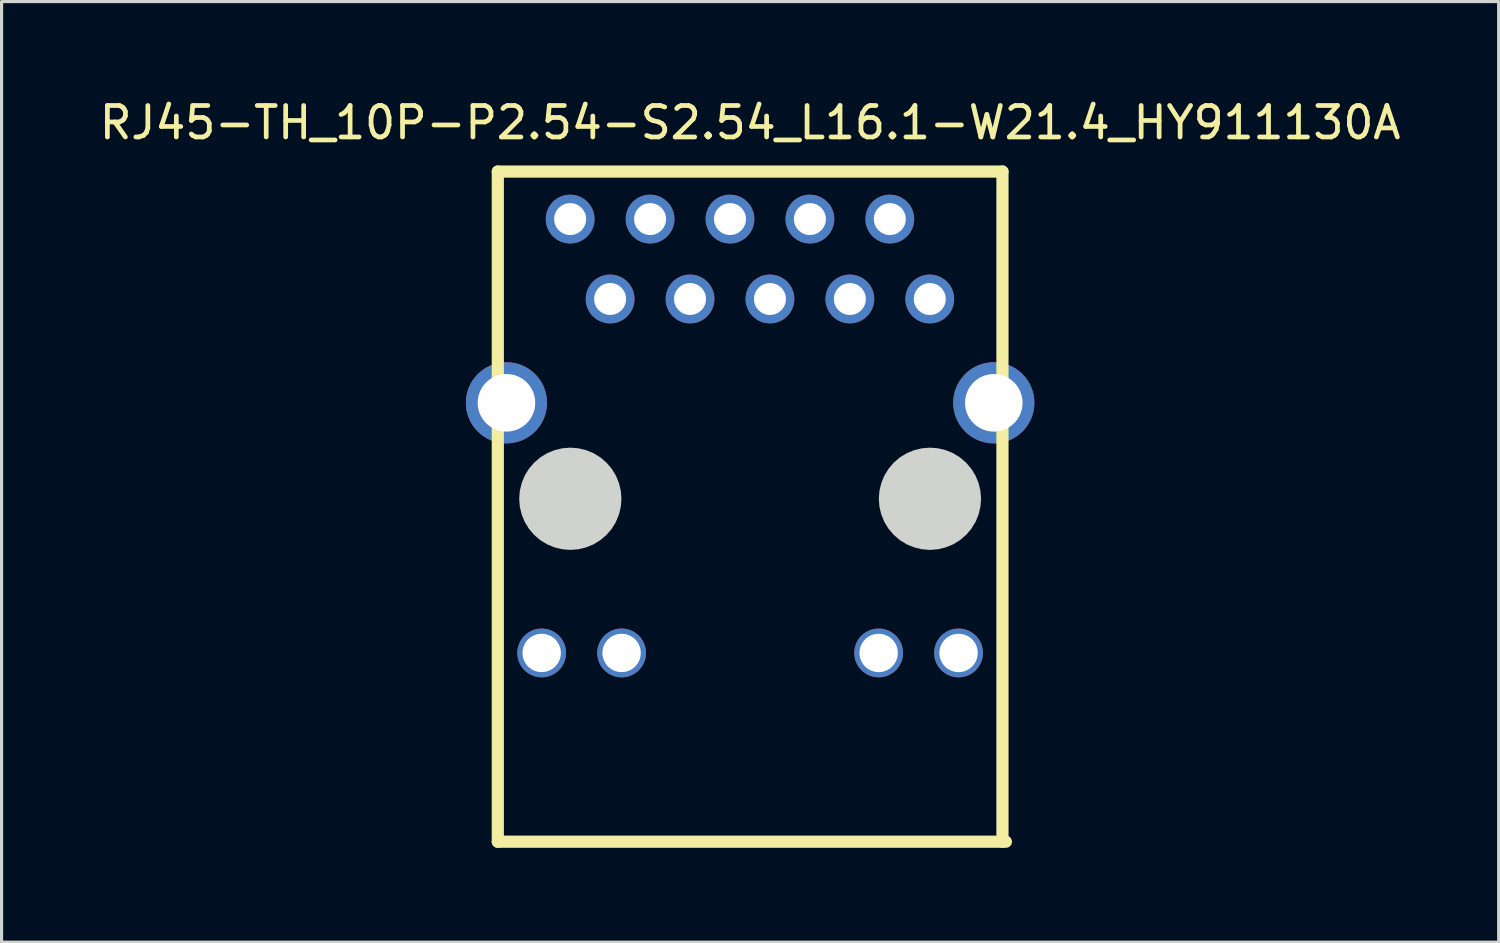
<source format=kicad_pcb>
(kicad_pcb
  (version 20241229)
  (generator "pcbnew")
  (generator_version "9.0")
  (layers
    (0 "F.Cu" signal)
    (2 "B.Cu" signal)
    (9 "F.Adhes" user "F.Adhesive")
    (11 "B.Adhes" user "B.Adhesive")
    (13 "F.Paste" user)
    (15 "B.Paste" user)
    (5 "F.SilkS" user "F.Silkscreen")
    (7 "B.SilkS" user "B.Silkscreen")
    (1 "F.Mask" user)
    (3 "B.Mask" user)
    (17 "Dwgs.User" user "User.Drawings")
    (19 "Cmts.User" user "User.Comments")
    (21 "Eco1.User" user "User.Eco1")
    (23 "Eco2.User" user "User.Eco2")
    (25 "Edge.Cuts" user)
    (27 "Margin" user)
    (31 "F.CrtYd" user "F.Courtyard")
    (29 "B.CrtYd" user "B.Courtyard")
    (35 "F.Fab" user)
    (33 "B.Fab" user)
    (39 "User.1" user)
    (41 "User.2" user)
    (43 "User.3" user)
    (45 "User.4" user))
  (footprint "RJ45-TH_10P-P2.54-S2.54_L16.1-W21.4_HY911130A"
    (layer "F.Cu")
    (at 20.792 10.808)
    (property "Reference" "RJ45-TH_10P-P2.54-S2.54_L16.1-W21.4_HY911130A" (at 0 -9.96 0) (layer "F.SilkS") (effects (font (size 1 1) (thickness 0.15))))
    (fp_line (start -8.02 -8.405) (end -8.02 12.895) (stroke (width 0.387) (type default)) (layer "F.SilkS"))
    (fp_line (start -8.02 12.895) (end 8.129 12.895) (stroke (width 0.387) (type default)) (layer "F.SilkS"))
    (fp_line (start 8.02 -8.405) (end -8.02 -8.405) (stroke (width 0.387) (type default)) (layer "F.SilkS"))
    (fp_line (start 8.02 12.895) (end 8.02 -8.405) (stroke (width 0.387) (type default)) (layer "F.SilkS"))
    (fp_poly (pts (xy -4.09 1.995) (xy -4.11 1.741) (xy -4.17 1.493) (xy -4.267 1.257) (xy -4.4 1.04) (xy -4.566 0.846) (xy -4.76 0.68) (xy -4.977 0.547) (xy -5.213 0.45) (xy -5.461 0.39) (xy -5.715 0.37) (xy -5.969 0.39) (xy -6.217 0.45) (xy -6.453 0.547) (xy -6.67 0.68) (xy -6.864 0.846) (xy -7.03 1.04) (xy -7.163 1.257) (xy -7.26 1.493) (xy -7.32 1.741) (xy -7.34 1.995) (xy -7.32 2.249) (xy -7.26 2.497) (xy -7.163 2.733) (xy -7.03 2.95) (xy -6.864 3.144) (xy -6.67 3.31) (xy -6.453 3.443) (xy -6.217 3.54) (xy -5.969 3.6) (xy -5.715 3.62) (xy -5.461 3.6) (xy -5.213 3.54) (xy -4.977 3.443) (xy -4.76 3.31) (xy -4.566 3.144) (xy -4.4 2.95) (xy -4.267 2.733) (xy -4.17 2.497) (xy -4.11 2.249)) (stroke (width 0) (type default)) (fill yes) (layer "Edge.Cuts"))
    (fp_poly (pts (xy 7.34 1.995) (xy 7.32 1.741) (xy 7.26 1.493) (xy 7.163 1.257) (xy 7.03 1.04) (xy 6.864 0.846) (xy 6.67 0.68) (xy 6.453 0.547) (xy 6.217 0.45) (xy 5.969 0.39) (xy 5.715 0.37) (xy 5.461 0.39) (xy 5.213 0.45) (xy 4.977 0.547) (xy 4.76 0.68) (xy 4.566 0.846) (xy 4.4 1.04) (xy 4.267 1.257) (xy 4.17 1.493) (xy 4.11 1.741) (xy 4.09 1.995) (xy 4.11 2.249) (xy 4.17 2.497) (xy 4.267 2.733) (xy 4.4 2.95) (xy 4.566 3.144) (xy 4.76 3.31) (xy 4.977 3.443) (xy 5.213 3.54) (xy 5.461 3.6) (xy 5.715 3.62) (xy 5.969 3.6) (xy 6.217 3.54) (xy 6.453 3.443) (xy 6.67 3.31) (xy 6.864 3.144) (xy 7.03 2.95) (xy 7.163 2.733) (xy 7.26 2.497) (xy 7.32 2.249)) (stroke (width 0) (type default)) (fill yes) (layer "Edge.Cuts"))
    (fp_poly (pts (xy -5.312 -6.895) (xy -5.332 -7.021) (xy -5.39 -7.135) (xy -5.48 -7.225) (xy -5.594 -7.283) (xy -5.72 -7.303) (xy -5.846 -7.283) (xy -5.96 -7.225) (xy -6.05 -7.135) (xy -6.108 -7.021) (xy -6.128 -6.895) (xy -6.108 -6.769) (xy -6.05 -6.655) (xy -5.96 -6.565) (xy -5.846 -6.507) (xy -5.72 -6.487) (xy -5.594 -6.507) (xy -5.48 -6.565) (xy -5.39 -6.655) (xy -5.332 -6.769)) (stroke (width 0.1) (type default)) (fill no) (layer "User.1"))
    (fp_poly (pts (xy -4.042 -4.355) (xy -4.062 -4.481) (xy -4.12 -4.595) (xy -4.21 -4.685) (xy -4.324 -4.743) (xy -4.45 -4.763) (xy -4.576 -4.743) (xy -4.69 -4.685) (xy -4.78 -4.595) (xy -4.838 -4.481) (xy -4.858 -4.355) (xy -4.838 -4.229) (xy -4.78 -4.115) (xy -4.69 -4.025) (xy -4.576 -3.967) (xy -4.45 -3.947) (xy -4.324 -3.967) (xy -4.21 -4.025) (xy -4.12 -4.115) (xy -4.062 -4.229)) (stroke (width 0.1) (type default)) (fill no) (layer "User.1"))
    (fp_poly (pts (xy -2.772 -6.895) (xy -2.792 -7.021) (xy -2.85 -7.135) (xy -2.94 -7.225) (xy -3.054 -7.283) (xy -3.18 -7.303) (xy -3.306 -7.283) (xy -3.42 -7.225) (xy -3.51 -7.135) (xy -3.568 -7.021) (xy -3.588 -6.895) (xy -3.568 -6.769) (xy -3.51 -6.655) (xy -3.42 -6.565) (xy -3.306 -6.507) (xy -3.18 -6.487) (xy -3.054 -6.507) (xy -2.94 -6.565) (xy -2.85 -6.655) (xy -2.792 -6.769)) (stroke (width 0.1) (type default)) (fill no) (layer "User.1"))
    (fp_poly (pts (xy -1.502 -4.355) (xy -1.522 -4.481) (xy -1.58 -4.595) (xy -1.67 -4.685) (xy -1.784 -4.743) (xy -1.91 -4.763) (xy -2.036 -4.743) (xy -2.15 -4.685) (xy -2.24 -4.595) (xy -2.298 -4.481) (xy -2.318 -4.355) (xy -2.298 -4.229) (xy -2.24 -4.115) (xy -2.15 -4.025) (xy -2.036 -3.967) (xy -1.91 -3.947) (xy -1.784 -3.967) (xy -1.67 -4.025) (xy -1.58 -4.115) (xy -1.522 -4.229)) (stroke (width 0.1) (type default)) (fill no) (layer "User.1"))
    (fp_poly (pts (xy -0.232 -6.895) (xy -0.252 -7.021) (xy -0.31 -7.135) (xy -0.4 -7.225) (xy -0.514 -7.283) (xy -0.64 -7.303) (xy -0.766 -7.283) (xy -0.88 -7.225) (xy -0.97 -7.135) (xy -1.028 -7.021) (xy -1.048 -6.895) (xy -1.028 -6.769) (xy -0.97 -6.655) (xy -0.88 -6.565) (xy -0.766 -6.507) (xy -0.64 -6.487) (xy -0.514 -6.507) (xy -0.4 -6.565) (xy -0.31 -6.655) (xy -0.252 -6.769)) (stroke (width 0.1) (type default)) (fill no) (layer "User.1"))
    (fp_poly (pts (xy 1.038 -4.355) (xy 1.018 -4.481) (xy 0.96 -4.595) (xy 0.87 -4.685) (xy 0.756 -4.743) (xy 0.63 -4.763) (xy 0.504 -4.743) (xy 0.39 -4.685) (xy 0.3 -4.595) (xy 0.242 -4.481) (xy 0.222 -4.355) (xy 0.242 -4.229) (xy 0.3 -4.115) (xy 0.39 -4.025) (xy 0.504 -3.967) (xy 0.63 -3.947) (xy 0.756 -3.967) (xy 0.87 -4.025) (xy 0.96 -4.115) (xy 1.018 -4.229)) (stroke (width 0.1) (type default)) (fill no) (layer "User.1"))
    (fp_poly (pts (xy 2.308 -6.895) (xy 2.288 -7.021) (xy 2.23 -7.135) (xy 2.14 -7.225) (xy 2.026 -7.283) (xy 1.9 -7.303) (xy 1.774 -7.283) (xy 1.66 -7.225) (xy 1.57 -7.135) (xy 1.512 -7.021) (xy 1.492 -6.895) (xy 1.512 -6.769) (xy 1.57 -6.655) (xy 1.66 -6.565) (xy 1.774 -6.507) (xy 1.9 -6.487) (xy 2.026 -6.507) (xy 2.14 -6.565) (xy 2.23 -6.655) (xy 2.288 -6.769)) (stroke (width 0.1) (type default)) (fill no) (layer "User.1"))
    (fp_poly (pts (xy 3.578 -4.355) (xy 3.558 -4.481) (xy 3.5 -4.595) (xy 3.41 -4.685) (xy 3.296 -4.743) (xy 3.17 -4.763) (xy 3.044 -4.743) (xy 2.93 -4.685) (xy 2.84 -4.595) (xy 2.782 -4.481) (xy 2.762 -4.355) (xy 2.782 -4.229) (xy 2.84 -4.115) (xy 2.93 -4.025) (xy 3.044 -3.967) (xy 3.17 -3.947) (xy 3.296 -3.967) (xy 3.41 -4.025) (xy 3.5 -4.115) (xy 3.558 -4.229)) (stroke (width 0.1) (type default)) (fill no) (layer "User.1"))
    (fp_poly (pts (xy 4.848 -6.895) (xy 4.828 -7.021) (xy 4.77 -7.135) (xy 4.68 -7.225) (xy 4.566 -7.283) (xy 4.44 -7.303) (xy 4.314 -7.283) (xy 4.2 -7.225) (xy 4.11 -7.135) (xy 4.052 -7.021) (xy 4.032 -6.895) (xy 4.052 -6.769) (xy 4.11 -6.655) (xy 4.2 -6.565) (xy 4.314 -6.507) (xy 4.44 -6.487) (xy 4.566 -6.507) (xy 4.68 -6.565) (xy 4.77 -6.655) (xy 4.828 -6.769)) (stroke (width 0.1) (type default)) (fill no) (layer "User.1"))
    (fp_poly (pts (xy 6.118 -4.355) (xy 6.098 -4.481) (xy 6.04 -4.595) (xy 5.95 -4.685) (xy 5.836 -4.743) (xy 5.71 -4.763) (xy 5.584 -4.743) (xy 5.47 -4.685) (xy 5.38 -4.595) (xy 5.322 -4.481) (xy 5.302 -4.355) (xy 5.322 -4.229) (xy 5.38 -4.115) (xy 5.47 -4.025) (xy 5.584 -3.967) (xy 5.71 -3.947) (xy 5.836 -3.967) (xy 5.95 -4.025) (xy 6.04 -4.115) (xy 6.098 -4.229)) (stroke (width 0.1) (type default)) (fill no) (layer "User.1"))
    (fp_poly (pts (xy -6.115 6.895) (xy -6.136 6.751) (xy -6.196 6.62) (xy -6.291 6.51) (xy -6.413 6.432) (xy -6.552 6.391) (xy -6.698 6.391) (xy -6.837 6.432) (xy -6.959 6.51) (xy -7.054 6.62) (xy -7.114 6.751) (xy -7.135 6.895) (xy -7.114 7.039) (xy -7.054 7.17) (xy -6.959 7.28) (xy -6.837 7.358) (xy -6.698 7.399) (xy -6.552 7.399) (xy -6.413 7.358) (xy -6.291 7.28) (xy -6.196 7.17) (xy -6.136 7.039)) (stroke (width 0.1) (type default)) (fill no) (layer "User.1"))
    (fp_poly (pts (xy -3.575 6.895) (xy -3.596 6.751) (xy -3.656 6.62) (xy -3.751 6.51) (xy -3.873 6.432) (xy -4.012 6.391) (xy -4.158 6.391) (xy -4.297 6.432) (xy -4.419 6.51) (xy -4.514 6.62) (xy -4.574 6.751) (xy -4.595 6.895) (xy -4.574 7.039) (xy -4.514 7.17) (xy -4.419 7.28) (xy -4.297 7.358) (xy -4.158 7.399) (xy -4.012 7.399) (xy -3.873 7.358) (xy -3.751 7.28) (xy -3.656 7.17) (xy -3.596 7.039)) (stroke (width 0.1) (type default)) (fill no) (layer "User.1"))
    (fp_poly (pts (xy 4.595 6.895) (xy 4.574 6.751) (xy 4.514 6.62) (xy 4.419 6.51) (xy 4.297 6.432) (xy 4.158 6.391) (xy 4.012 6.391) (xy 3.873 6.432) (xy 3.751 6.51) (xy 3.656 6.62) (xy 3.596 6.751) (xy 3.575 6.895) (xy 3.596 7.039) (xy 3.656 7.17) (xy 3.751 7.28) (xy 3.873 7.358) (xy 4.012 7.399) (xy 4.158 7.399) (xy 4.297 7.358) (xy 4.419 7.28) (xy 4.514 7.17) (xy 4.574 7.039)) (stroke (width 0.1) (type default)) (fill no) (layer "User.1"))
    (fp_poly (pts (xy 7.135 6.895) (xy 7.114 6.751) (xy 7.054 6.62) (xy 6.959 6.51) (xy 6.837 6.432) (xy 6.698 6.391) (xy 6.552 6.391) (xy 6.413 6.432) (xy 6.291 6.51) (xy 6.196 6.62) (xy 6.136 6.751) (xy 6.115 6.895) (xy 6.136 7.039) (xy 6.196 7.17) (xy 6.291 7.28) (xy 6.413 7.358) (xy 6.552 7.399) (xy 6.698 7.399) (xy 6.837 7.358) (xy 6.959 7.28) (xy 7.054 7.17) (xy 7.114 7.039)) (stroke (width 0.1) (type default)) (fill no) (layer "User.1"))
    (fp_poly (pts (xy -6.931 -1.055) (xy -6.951 -1.236) (xy -7.011 -1.408) (xy -7.108 -1.563) (xy -7.237 -1.692) (xy -7.392 -1.789) (xy -7.564 -1.849) (xy -7.745 -1.869) (xy -7.926 -1.849) (xy -8.098 -1.789) (xy -8.253 -1.692) (xy -8.382 -1.563) (xy -8.479 -1.408) (xy -8.539 -1.236) (xy -8.559 -1.055) (xy -8.539 -0.874) (xy -8.479 -0.702) (xy -8.382 -0.547) (xy -8.253 -0.418) (xy -8.098 -0.321) (xy -7.926 -0.261) (xy -7.745 -0.24) (xy -7.564 -0.261) (xy -7.392 -0.321) (xy -7.237 -0.418) (xy -7.108 -0.547) (xy -7.011 -0.702) (xy -6.951 -0.874)) (stroke (width 0.1) (type default)) (fill no) (layer "User.1"))
    (fp_poly (pts (xy 8.559 -1.055) (xy 8.539 -1.236) (xy 8.479 -1.408) (xy 8.382 -1.563) (xy 8.253 -1.692) (xy 8.098 -1.789) (xy 7.926 -1.849) (xy 7.745 -1.869) (xy 7.564 -1.849) (xy 7.392 -1.789) (xy 7.237 -1.692) (xy 7.108 -1.563) (xy 7.011 -1.408) (xy 6.951 -1.236) (xy 6.931 -1.055) (xy 6.951 -0.874) (xy 7.011 -0.702) (xy 7.108 -0.547) (xy 7.237 -0.418) (xy 7.392 -0.321) (xy 7.564 -0.261) (xy 7.745 -0.24) (xy 7.926 -0.261) (xy 8.098 -0.321) (xy 8.253 -0.418) (xy 8.382 -0.547) (xy 8.479 -0.702) (xy 8.539 -0.874)) (stroke (width 0.1) (type default)) (fill no) (layer "User.1"))
    (fp_poly (pts (xy -4.19 1.995) (xy -4.209 1.756) (xy -4.265 1.524) (xy -4.356 1.303) (xy -4.481 1.099) (xy -4.637 0.917) (xy -4.819 0.761) (xy -5.023 0.636) (xy -5.244 0.545) (xy -5.476 0.489) (xy -5.715 0.47) (xy -5.954 0.489) (xy -6.186 0.545) (xy -6.407 0.636) (xy -6.611 0.761) (xy -6.793 0.917) (xy -6.949 1.099) (xy -7.074 1.303) (xy -7.165 1.524) (xy -7.221 1.756) (xy -7.24 1.995) (xy -7.221 2.234) (xy -7.165 2.466) (xy -7.074 2.687) (xy -6.949 2.891) (xy -6.793 3.073) (xy -6.611 3.229) (xy -6.407 3.354) (xy -6.186 3.445) (xy -5.954 3.501) (xy -5.715 3.52) (xy -5.476 3.501) (xy -5.244 3.445) (xy -5.023 3.354) (xy -4.819 3.229) (xy -4.637 3.073) (xy -4.481 2.891) (xy -4.356 2.687) (xy -4.265 2.466) (xy -4.209 2.234)) (stroke (width 0.1) (type default)) (fill no) (layer "User.1"))
    (fp_poly (pts (xy 7.24 1.995) (xy 7.221 1.756) (xy 7.165 1.524) (xy 7.074 1.303) (xy 6.949 1.099) (xy 6.793 0.917) (xy 6.611 0.761) (xy 6.407 0.636) (xy 6.186 0.545) (xy 5.954 0.489) (xy 5.715 0.47) (xy 5.476 0.489) (xy 5.244 0.545) (xy 5.023 0.636) (xy 4.819 0.761) (xy 4.637 0.917) (xy 4.481 1.099) (xy 4.356 1.303) (xy 4.265 1.524) (xy 4.209 1.756) (xy 4.19 1.995) (xy 4.209 2.234) (xy 4.265 2.466) (xy 4.356 2.687) (xy 4.481 2.891) (xy 4.637 3.073) (xy 4.819 3.229) (xy 5.023 3.354) (xy 5.244 3.445) (xy 5.476 3.501) (xy 5.715 3.52) (xy 5.954 3.501) (xy 6.186 3.445) (xy 6.407 3.354) (xy 6.611 3.229) (xy 6.793 3.073) (xy 6.949 2.891) (xy 7.074 2.687) (xy 7.165 2.466) (xy 7.221 2.234)) (stroke (width 0.1) (type default)) (fill no) (layer "User.1"))
    (fp_line (start -8.02 -8.405) (end 8.02 -8.405) (stroke (width 0.051) (type default)) (layer "User.2"))
    (fp_line (start -8.02 12.895) (end -8.02 -8.405) (stroke (width 0.051) (type default)) (layer "User.2"))
    (fp_line (start 8.02 -8.405) (end 8.02 12.895) (stroke (width 0.051) (type default)) (layer "User.2"))
    (fp_line (start 8.02 12.895) (end -8.02 12.895) (stroke (width 0.051) (type default)) (layer "User.2"))
    (fp_poly (pts (xy -7.96 -8.405) (xy -7.978 -8.447) (xy -8.02 -8.465) (xy -8.062 -8.447) (xy -8.08 -8.405) (xy -8.062 -8.363) (xy -8.02 -8.345) (xy -7.978 -8.363)) (stroke (width 0.1) (type default)) (fill no) (layer "User.3"))
    (pad "1" thru_hole circle (at -5.72 -6.895) (size 1.55 1.55) (drill 1.016) (layers "*.Cu" "*.Mask"))
    (pad "2" thru_hole circle (at -4.45 -4.355) (size 1.55 1.55) (drill 1.016) (layers "*.Cu" "*.Mask"))
    (pad "3" thru_hole circle (at -3.18 -6.895) (size 1.55 1.55) (drill 1.016) (layers "*.Cu" "*.Mask"))
    (pad "4" thru_hole circle (at -1.91 -4.355) (size 1.55 1.55) (drill 1.016) (layers "*.Cu" "*.Mask"))
    (pad "5" thru_hole circle (at -0.64 -6.895) (size 1.55 1.55) (drill 1.016) (layers "*.Cu" "*.Mask"))
    (pad "6" thru_hole circle (at 0.63 -4.355) (size 1.55 1.55) (drill 1.016) (layers "*.Cu" "*.Mask"))
    (pad "7" thru_hole circle (at 1.9 -6.895) (size 1.55 1.55) (drill 1.016) (layers "*.Cu" "*.Mask"))
    (pad "8" thru_hole circle (at 3.17 -4.355) (size 1.55 1.55) (drill 1.016) (layers "*.Cu" "*.Mask"))
    (pad "9" thru_hole circle (at 4.44 -6.895) (size 1.55 1.55) (drill 1.016) (layers "*.Cu" "*.Mask"))
    (pad "10" thru_hole circle (at 5.71 -4.355) (size 1.55 1.55) (drill 1.016) (layers "*.Cu" "*.Mask"))
    (pad "11" thru_hole circle (at -6.625 6.895) (size 1.55 1.55) (drill 1.219) (layers "*.Cu" "*.Mask"))
    (pad "12" thru_hole circle (at -4.085 6.895) (size 1.55 1.55) (drill 1.219) (layers "*.Cu" "*.Mask"))
    (pad "13" thru_hole circle (at 4.085 6.895) (size 1.55 1.55) (drill 1.219) (layers "*.Cu" "*.Mask"))
    (pad "14" thru_hole circle (at 6.625 6.895) (size 1.55 1.55) (drill 1.219) (layers "*.Cu" "*.Mask"))
    (pad "15" thru_hole circle (at -7.745 -1.055) (size 2.58 2.58) (drill 1.829) (layers "*.Cu" "*.Mask"))
    (pad "16" thru_hole circle (at 7.745 -1.055) (size 2.58 2.58) (drill 1.829) (layers "*.Cu" "*.Mask")))
  (gr_rect
    (start -3 -3)
    (end 44.583 26.897)
    (stroke (width 0.1) (type default))
    (fill no)
    (layer "Edge.Cuts")))
</source>
